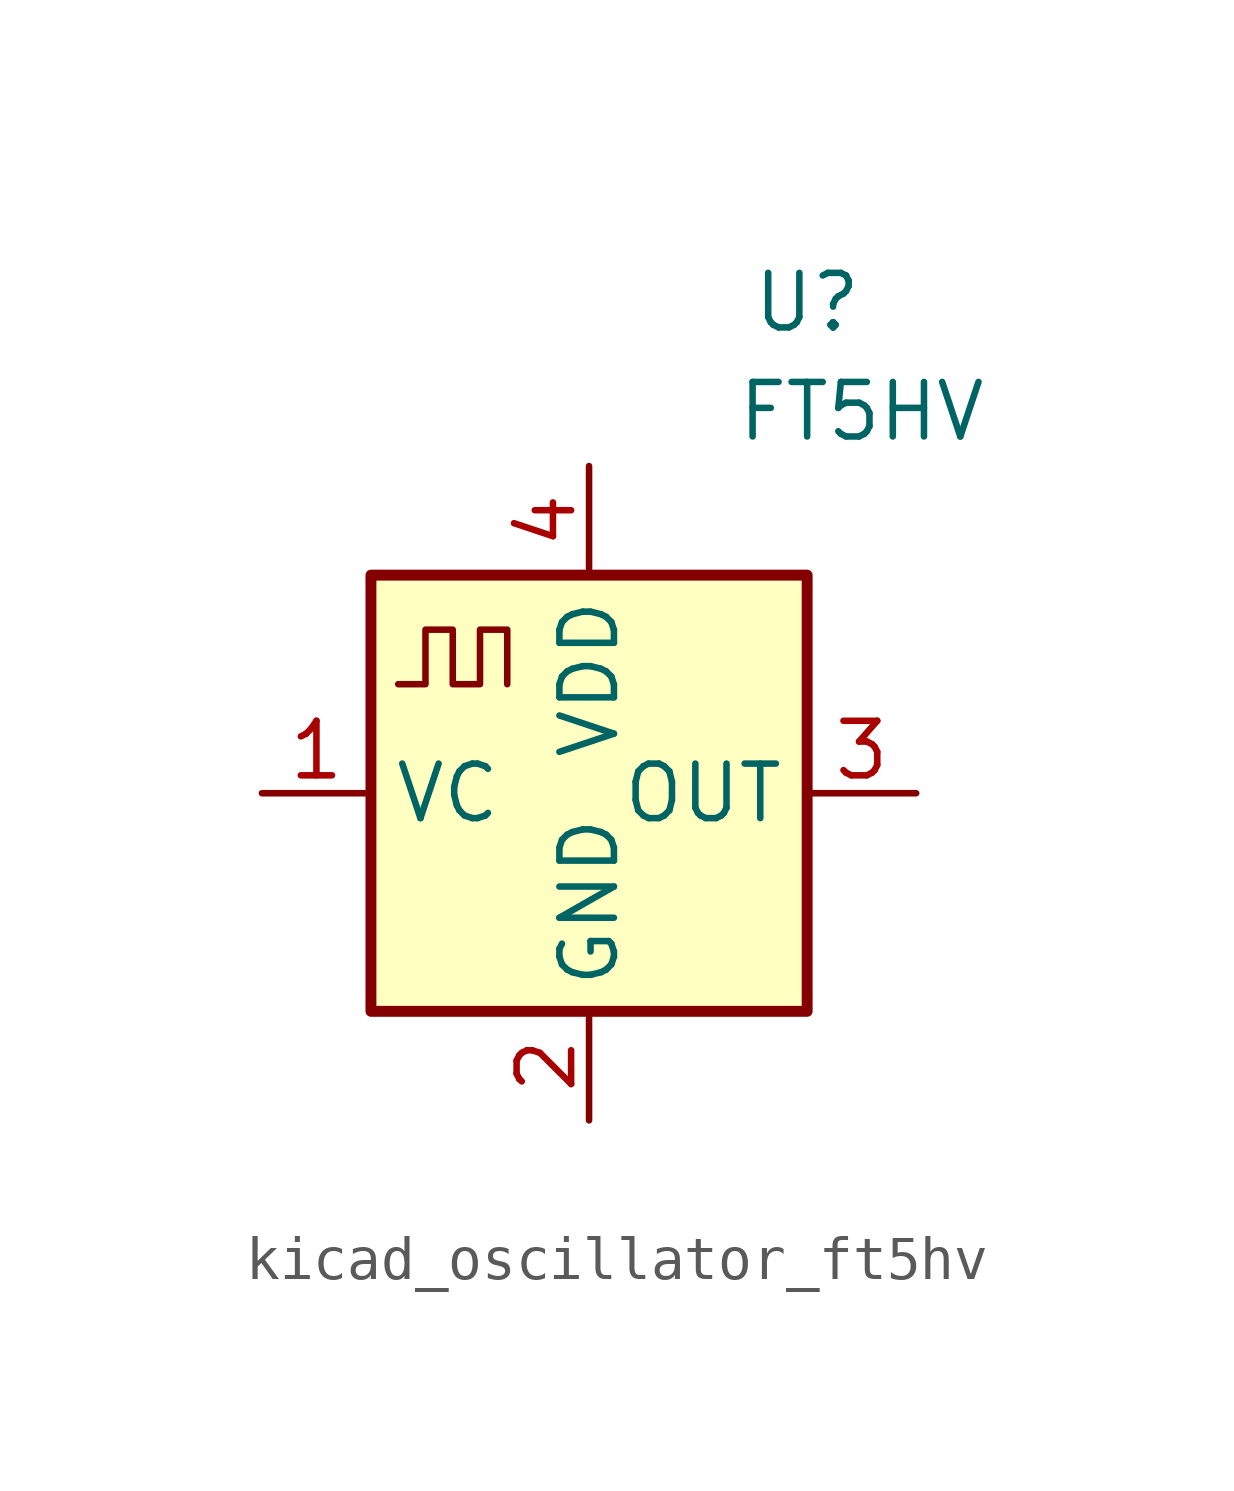
<source format=kicad_sym>
(kicad_symbol_lib
  (version 20220914)
  (generator kicad_symbol_editor)
  (symbol "kicad_oscillator_ft5hv"
    (property "Reference" "U"
      (at 5.08 11.43 0)
      (effects (font (size 1.27 1.27))))
    (property "Value" "FT5HV"
      (at 6.35 8.89 0)
      (effects (font (size 1.27 1.27))))
    (symbol "kicad_oscillator_ft5hv_0_1"
      (rectangle (start -5.08 5.08) (end 5.08 -5.08) (stroke (width 0.254) (type default)) (fill (type background)))
      (polyline (pts (xy -4.445 2.54) (xy -3.81 2.54) (xy -3.81 3.81) (xy -3.175 3.81) (xy -3.175 2.54) (xy -2.54 2.54) (xy -2.54 3.81) (xy -1.905 3.81) (xy -1.905 2.54)) (stroke (width 0) (type default)) (fill (type none))))
    (symbol "kicad_oscillator_ft5hv_1_1"
      (pin input line (at -7.62 0 0) (length 2.54) (name "VC" (effects (font (size 1.27 1.27)))) (number "1" (effects (font (size 1.27 1.27)))))
      (pin power_in line (at 0 -7.62 90) (length 2.54) (name "GND" (effects (font (size 1.27 1.27)))) (number "2" (effects (font (size 1.27 1.27)))))
      (pin output line (at 7.62 0 180) (length 2.54) (name "OUT" (effects (font (size 1.27 1.27)))) (number "3" (effects (font (size 1.27 1.27)))))
      (pin power_in line (at 0 7.62 270) (length 2.54) (name "VDD" (effects (font (size 1.27 1.27)))) (number "4" (effects (font (size 1.27 1.27))))))))
</source>
